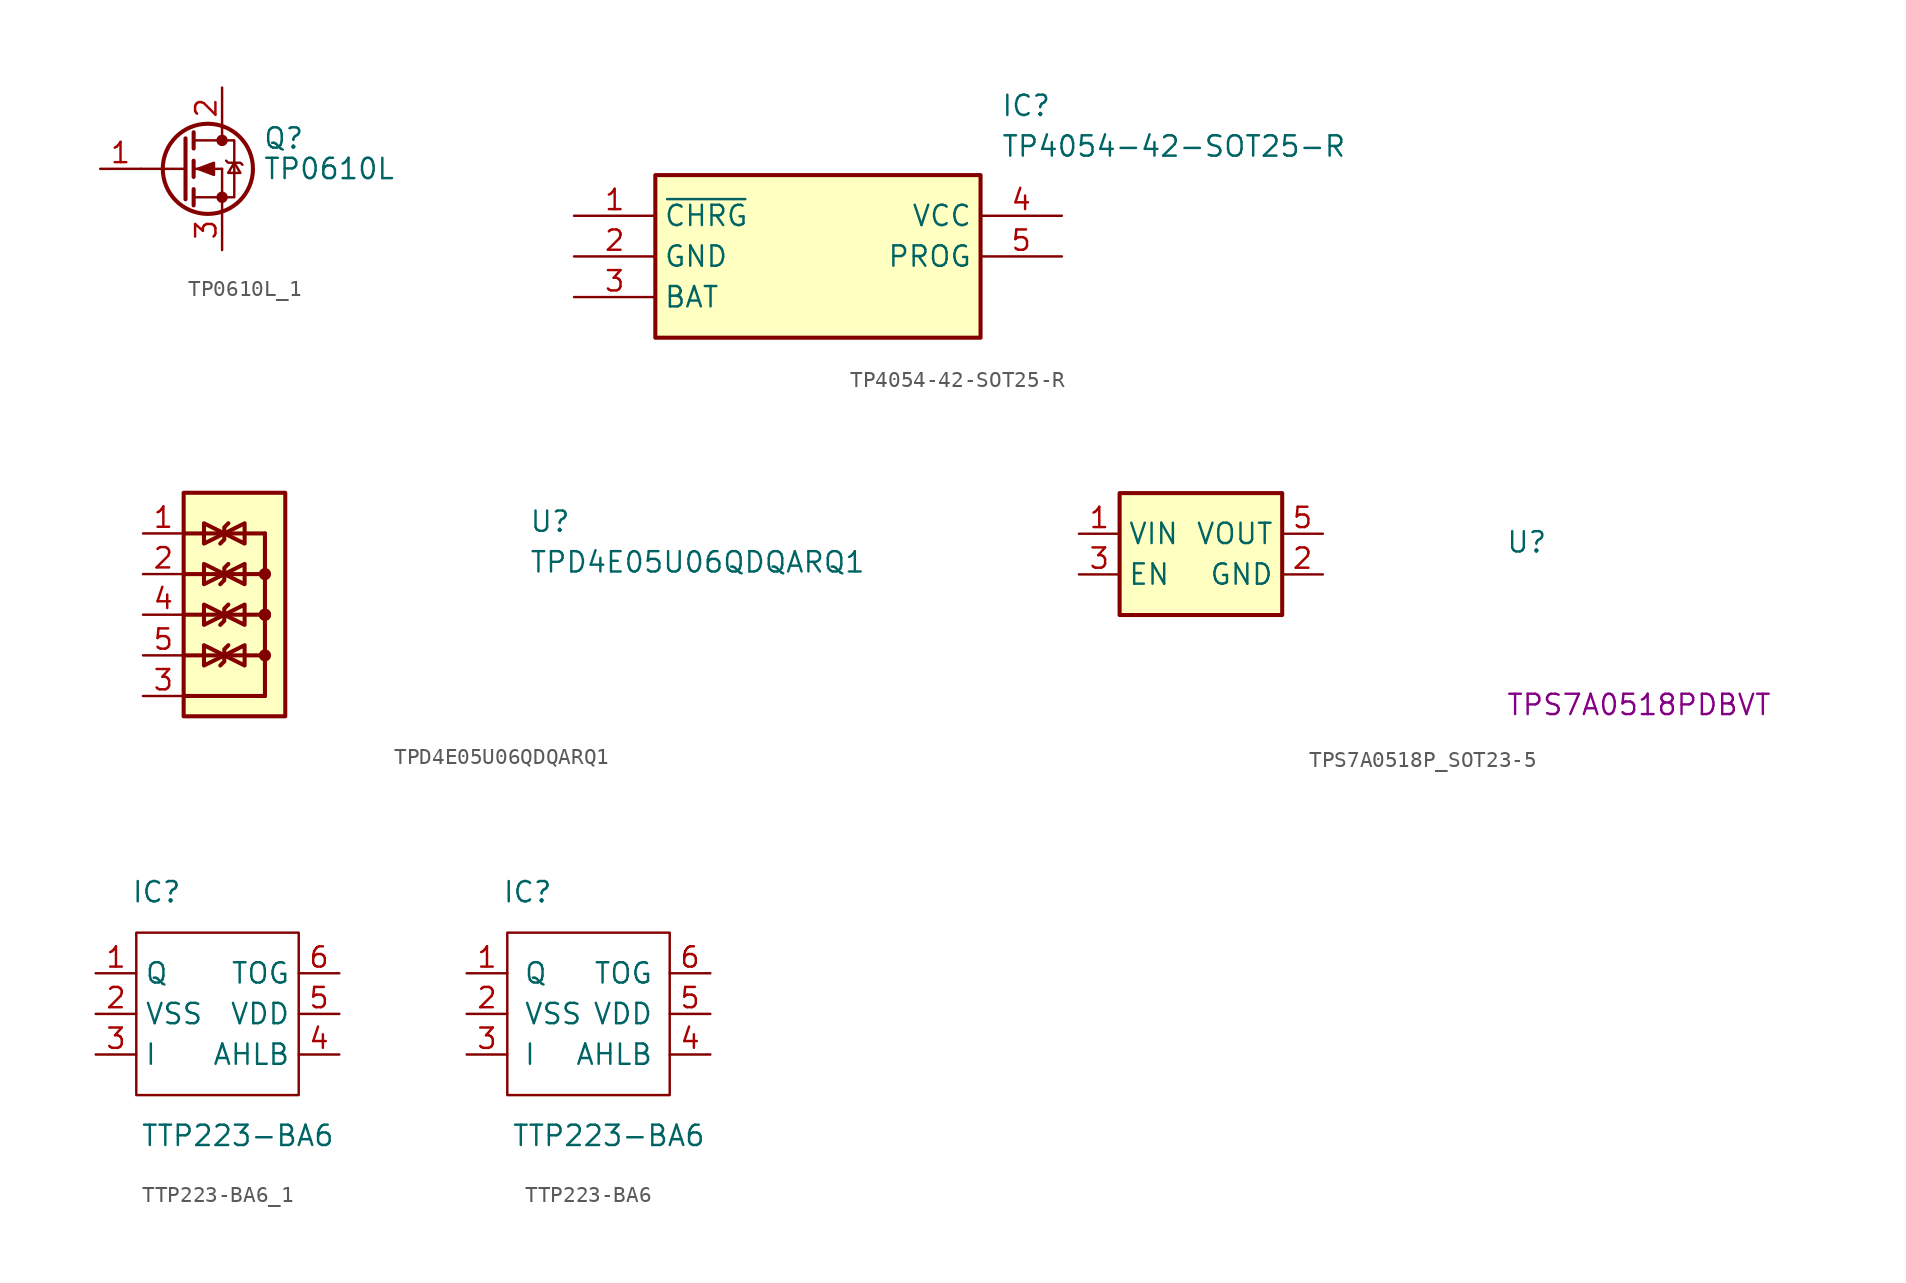
<source format=kicad_sym>
(kicad_symbol_lib
  (version 20231120)
  (generator "kicad_symbol_editor")
  (generator_version "8.0")
  (symbol "TP0610L_1"
    (pin_names
      (offset 0) hide)
    (property "Reference" "Q"
      (at 5.08 1.905 0)
      (effects (font (size 1.27 1.27)) (justify left)))
    (property "Value" "TP0610L"
      (at 5.08 0 0)
      (effects (font (size 1.27 1.27)) (justify left)))
    (symbol "TP0610L_1_0_1"
      (polyline (pts (xy -2.54 0) (xy 0.254 0)) (stroke (width 0) (type default)) (fill (type none)))
      (polyline (pts (xy 0.762 -1.778) (xy 2.54 -1.778)) (stroke (width 0) (type default)) (fill (type none)))
      (polyline (pts (xy 0.762 -1.27) (xy 0.762 -2.286)) (stroke (width 0.254) (type default)) (fill (type none)))
      (polyline (pts (xy 0.762 0) (xy 2.54 0)) (stroke (width 0) (type default)) (fill (type none)))
      (polyline (pts (xy 0.762 0.508) (xy 0.762 -0.508)) (stroke (width 0.254) (type default)) (fill (type none)))
      (polyline (pts (xy 0.762 1.778) (xy 2.54 1.778)) (stroke (width 0) (type default)) (fill (type none)))
      (polyline (pts (xy 0.762 2.286) (xy 0.762 1.27)) (stroke (width 0.254) (type default)) (fill (type none)))
      (polyline (pts (xy 2.54 -1.778) (xy 2.54 -2.54)) (stroke (width 0) (type default)) (fill (type none)))
      (polyline (pts (xy 2.54 -1.778) (xy 2.54 0)) (stroke (width 0) (type default)) (fill (type none)))
      (polyline (pts (xy 2.54 2.54) (xy 2.54 1.778)) (stroke (width 0) (type default)) (fill (type none)))
      (polyline (pts (xy 0.254 1.905) (xy 0.254 -1.905) (xy 0.254 -1.905)) (stroke (width 0.254) (type default)) (fill (type none)))
      (polyline (pts (xy 1.016 0) (xy 2.032 0.381) (xy 2.032 -0.381) (xy 1.016 0)) (stroke (width 0) (type default)) (fill (type outline)))
      (polyline (pts (xy 2.54 -1.778) (xy 3.302 -1.778) (xy 3.302 1.778) (xy 2.54 1.778)) (stroke (width 0) (type default)) (fill (type none)))
      (polyline (pts (xy 2.794 0.508) (xy 2.921 0.381) (xy 3.683 0.381) (xy 3.81 0.254)) (stroke (width 0) (type default)) (fill (type none)))
      (polyline (pts (xy 3.302 0.381) (xy 2.921 -0.254) (xy 3.683 -0.254) (xy 3.302 0.381)) (stroke (width 0) (type default)) (fill (type none)))
      (circle (center 1.651 0) (radius 2.819) (stroke (width 0.254) (type default)) (fill (type none)))
      (circle (center 2.54 -1.778) (radius 0.279) (stroke (width 0) (type default)) (fill (type outline)))
      (circle (center 2.54 1.778) (radius 0.279) (stroke (width 0) (type default)) (fill (type outline))))
    (symbol "TP0610L_1_1_1"
      (pin input line (at -5.08 0 0) (length 2.54) (name "G" (effects (font (size 1.27 1.27)))) (number "1" (effects (font (size 1.27 1.27)))))
      (pin passive line (at 2.54 5.08 270) (length 2.54) (name "D" (effects (font (size 1.27 1.27)))) (number "2" (effects (font (size 1.27 1.27)))))
      (pin passive line (at 2.54 -5.08 90) (length 2.54) (name "S" (effects (font (size 1.27 1.27)))) (number "3" (effects (font (size 1.27 1.27)))))))
  (symbol "TP4054-42-SOT25-R"
    (property "Reference" "IC"
      (at 26.67 7.62 0)
      (effects (font (size 1.27 1.27)) (justify left top)))
    (property "Value" "TP4054-42-SOT25-R"
      (at 26.67 5.08 0)
      (effects (font (size 1.27 1.27)) (justify left top)))
    (symbol "TP4054-42-SOT25-R_1_1"
      (rectangle (start 5.08 2.54) (end 25.4 -7.62) (stroke (width 0.254) (type default)) (fill (type background)))
      (pin passive line (at 0 0 0) (length 5.08) (name "~{CHRG}" (effects (font (size 1.27 1.27)))) (number "1" (effects (font (size 1.27 1.27)))))
      (pin passive line (at 0 -2.54 0) (length 5.08) (name "GND" (effects (font (size 1.27 1.27)))) (number "2" (effects (font (size 1.27 1.27)))))
      (pin passive line (at 0 -5.08 0) (length 5.08) (name "BAT" (effects (font (size 1.27 1.27)))) (number "3" (effects (font (size 1.27 1.27)))))
      (pin passive line (at 30.48 0 180) (length 5.08) (name "VCC" (effects (font (size 1.27 1.27)))) (number "4" (effects (font (size 1.27 1.27)))))
      (pin passive line (at 30.48 -2.54 180) (length 5.08) (name "PROG" (effects (font (size 1.27 1.27)))) (number "5" (effects (font (size 1.27 1.27)))))))
  (symbol "TPD4E05U06QDQARQ1"
    (property "Reference" "U"
      (at 24.13 0 0)
      (effects (font (size 1.27 1.27) (thickness 0.15)) (justify left bottom)))
    (property "Value" "TPD4E05U06QDQARQ1"
      (at 24.13 -2.54 0)
      (effects (font (size 1.27 1.27) (thickness 0.15)) (justify left bottom)))
    (symbol "TPD4E05U06QDQARQ1_1_1"
      (polyline (pts (xy 2.54 -7.62) (xy 7.62 -7.62)) (stroke (width 0.254) (type default)) (fill (type background)))
      (polyline (pts (xy 2.54 -5.08) (xy 7.62 -5.08)) (stroke (width 0.254) (type default)) (fill (type background)))
      (polyline (pts (xy 2.54 -2.54) (xy 7.62 -2.54)) (stroke (width 0.254) (type default)) (fill (type background)))
      (polyline (pts (xy 2.54 0) (xy 7.62 0)) (stroke (width 0.254) (type default)) (fill (type background)))
      (polyline (pts (xy 7.62 -10.16) (xy 2.54 -10.16)) (stroke (width 0.254) (type default)) (fill (type background)))
      (polyline (pts (xy 7.62 0) (xy 7.62 -10.16)) (stroke (width 0.254) (type default)) (fill (type background)))
      (polyline (pts (xy 4.826 -8.255) (xy 5.08 -8.001) (xy 5.08 -7.239) (xy 5.334 -6.985)) (stroke (width 0.254) (type default)) (fill (type background)))
      (polyline (pts (xy 4.826 -5.715) (xy 5.08 -5.461) (xy 5.08 -4.699) (xy 5.334 -4.445)) (stroke (width 0.254) (type default)) (fill (type background)))
      (polyline (pts (xy 4.826 -3.175) (xy 5.08 -2.921) (xy 5.08 -2.159) (xy 5.334 -1.905)) (stroke (width 0.254) (type default)) (fill (type background)))
      (polyline (pts (xy 4.826 -0.635) (xy 5.08 -0.381) (xy 5.08 0.381) (xy 5.334 0.635)) (stroke (width 0.254) (type default)) (fill (type background)))
      (polyline (pts (xy 5.08 -7.62) (xy 3.81 -8.255) (xy 3.81 -6.985) (xy 5.08 -7.62)) (stroke (width 0.254) (type default)) (fill (type background)))
      (polyline (pts (xy 5.08 -5.08) (xy 3.81 -5.715) (xy 3.81 -4.445) (xy 5.08 -5.08)) (stroke (width 0.254) (type default)) (fill (type background)))
      (polyline (pts (xy 5.08 -5.08) (xy 6.35 -4.445) (xy 6.35 -5.715) (xy 5.08 -5.08)) (stroke (width 0.254) (type default)) (fill (type background)))
      (polyline (pts (xy 5.08 -2.54) (xy 3.81 -3.175) (xy 3.81 -1.905) (xy 5.08 -2.54)) (stroke (width 0.254) (type default)) (fill (type background)))
      (polyline (pts (xy 5.08 -2.54) (xy 6.35 -3.175) (xy 6.35 -1.905) (xy 5.08 -2.54)) (stroke (width 0.254) (type default)) (fill (type background)))
      (polyline (pts (xy 5.08 0) (xy 3.81 -0.635) (xy 3.81 0.635) (xy 5.08 0)) (stroke (width 0.254) (type default)) (fill (type background)))
      (polyline (pts (xy 5.08 0) (xy 6.35 -0.635) (xy 6.35 0.635) (xy 5.08 0)) (stroke (width 0.254) (type default)) (fill (type background)))
      (polyline (pts (xy 6.35 -6.985) (xy 6.35 -8.255) (xy 5.08 -7.62) (xy 6.35 -6.985)) (stroke (width 0.254) (type default)) (fill (type background)))
      (rectangle (start 2.54 2.54) (end 8.89 -11.43) (stroke (width 0.254) (type default)) (fill (type background)))
      (circle (center 7.62 -7.62) (radius 0.254) (stroke (width 0.254) (type default)) (fill (type background)))
      (circle (center 7.62 -5.08) (radius 0.254) (stroke (width 0.254) (type default)) (fill (type background)))
      (circle (center 7.62 -5.08) (radius 0.254) (stroke (width 0.254) (type default)) (fill (type background)))
      (circle (center 7.62 -2.54) (radius 0.254) (stroke (width 0.254) (type default)) (fill (type background)))
      (pin passive line (at 0 0 0) (length 2.54) (name "~" (effects (font (size 1.27 1.27)))) (number "1" (effects (font (size 1.27 1.27)))))
      (pin passive line (at 0 0 0) (length 2.54) hide (name "~" (effects (font (size 1.27 1.27)))) (number "10" (effects (font (size 1.27 1.27)))))
      (pin passive line (at 0 -2.54 0) (length 2.54) (name "~" (effects (font (size 1.27 1.27)))) (number "2" (effects (font (size 1.27 1.27)))))
      (pin power_in line (at 0 -10.16 0) (length 2.54) (name "~" (effects (font (size 1.27 1.27)))) (number "3" (effects (font (size 1.27 1.27)))))
      (pin passive line (at 0 -5.08 0) (length 2.54) (name "~" (effects (font (size 1.27 1.27)))) (number "4" (effects (font (size 1.27 1.27)))))
      (pin passive line (at 0 -7.62 0) (length 2.54) (name "~" (effects (font (size 1.27 1.27)))) (number "5" (effects (font (size 1.27 1.27)))))
      (pin passive line (at 0 -7.62 0) (length 2.54) hide (name "~" (effects (font (size 1.27 1.27)))) (number "6" (effects (font (size 1.27 1.27)))))
      (pin passive line (at 0 -5.08 0) (length 2.54) hide (name "~" (effects (font (size 1.27 1.27)))) (number "7" (effects (font (size 1.27 1.27)))))
      (pin passive line (at 0 -10.16 0) (length 2.54) hide (name "~" (effects (font (size 1.27 1.27)))) (number "8" (effects (font (size 1.27 1.27)))))
      (pin passive line (at 0 -2.54 0) (length 2.54) hide (name "~" (effects (font (size 1.27 1.27)))) (number "9" (effects (font (size 1.27 1.27)))))))
  (symbol "TPS7A0518P_SOT23-5"
    (property "Reference" "U"
      (at 26.67 -1.27 0)
      (effects (font (size 1.27 1.27) (thickness 0.15)) (justify left bottom)))
    (property "MPN" "TPS7A0518PDBVT"
      (at 26.67 -11.43 0)
      (effects (font (size 1.27 1.27) (thickness 0.15)) (justify left bottom)))
    (symbol "TPS7A0518P_SOT23-5_1_1"
      (rectangle (start 2.54 2.54) (end 12.7 -5.08) (stroke (width 0.254) (type default)) (fill (type background)))
      (pin power_in line (at 0 0 0) (length 2.54) (name "VIN" (effects (font (size 1.27 1.27)))) (number "1" (effects (font (size 1.27 1.27)))))
      (pin power_in line (at 15.24 -2.54 180) (length 2.54) (name "GND" (effects (font (size 1.27 1.27)))) (number "2" (effects (font (size 1.27 1.27)))))
      (pin input line (at 0 -2.54 0) (length 2.54) (name "EN" (effects (font (size 1.27 1.27)))) (number "3" (effects (font (size 1.27 1.27)))))
      (pin no_connect line (at 2.54 -3.81 0) (length 2.54) hide (name "NC" (effects (font (size 1.27 1.27)))) (number "4" (effects (font (size 1.27 1.27)))))
      (pin power_out line (at 15.24 0 180) (length 2.54) (name "VOUT" (effects (font (size 1.27 1.27)))) (number "5" (effects (font (size 1.27 1.27)))))))
  (symbol "TTP223-BA6_1"
    (property "Reference" "IC"
      (at -3.81 6.35 0)
      (effects (font (size 1.27 1.27))))
    (property "Value" "TTP223-BA6"
      (at 1.27 -8.89 0)
      (effects (font (size 1.27 1.27))))
    (symbol "TTP223-BA6_1_0_1"
      (rectangle (start -5.08 3.81) (end 5.08 -6.35) (stroke (width 0) (type default)) (fill (type none))))
    (symbol "TTP223-BA6_1_1_1"
      (pin input line (at -7.62 1.27 0) (length 2.54) (name "Q" (effects (font (size 1.27 1.27)))) (number "1" (effects (font (size 1.27 1.27)))))
      (pin power_in line (at -7.62 -1.27 0) (length 2.54) (name "VSS" (effects (font (size 1.27 1.27)))) (number "2" (effects (font (size 1.27 1.27)))))
      (pin input line (at -7.62 -3.81 0) (length 2.54) (name "I" (effects (font (size 1.27 1.27)))) (number "3" (effects (font (size 1.27 1.27)))))
      (pin output line (at 7.62 -3.81 180) (length 2.54) (name "AHLB" (effects (font (size 1.27 1.27)))) (number "4" (effects (font (size 1.27 1.27)))))
      (pin power_in line (at 7.62 -1.27 180) (length 2.54) (name "VDD" (effects (font (size 1.27 1.27)))) (number "5" (effects (font (size 1.27 1.27)))))
      (pin output line (at 7.62 1.27 180) (length 2.54) (name "TOG" (effects (font (size 1.27 1.27)))) (number "6" (effects (font (size 1.27 1.27)))))))
  (symbol "TTP223-BA6"
    (pin_names
      (offset 1.016))
    (property "Reference" "IC"
      (at -3.81 6.35 0)
      (effects (font (size 1.27 1.27))))
    (property "Value" "TTP223-BA6"
      (at 1.27 -8.89 0)
      (effects (font (size 1.27 1.27))))
    (symbol "TTP223-BA6_0_1"
      (rectangle (start -5.08 3.81) (end 5.08 -6.35) (stroke (width 0) (type solid)) (fill (type none))))
    (symbol "TTP223-BA6_1_1"
      (pin input line (at -7.62 1.27 0) (length 2.54) (name "Q" (effects (font (size 1.27 1.27)))) (number "1" (effects (font (size 1.27 1.27)))))
      (pin power_in line (at -7.62 -1.27 0) (length 2.54) (name "VSS" (effects (font (size 1.27 1.27)))) (number "2" (effects (font (size 1.27 1.27)))))
      (pin input line (at -7.62 -3.81 0) (length 2.54) (name "I" (effects (font (size 1.27 1.27)))) (number "3" (effects (font (size 1.27 1.27)))))
      (pin output line (at 7.62 -3.81 180) (length 2.54) (name "AHLB" (effects (font (size 1.27 1.27)))) (number "4" (effects (font (size 1.27 1.27)))))
      (pin power_in line (at 7.62 -1.27 180) (length 2.54) (name "VDD" (effects (font (size 1.27 1.27)))) (number "5" (effects (font (size 1.27 1.27)))))
      (pin output line (at 7.62 1.27 180) (length 2.54) (name "TOG" (effects (font (size 1.27 1.27)))) (number "6" (effects (font (size 1.27 1.27))))))))
</source>
